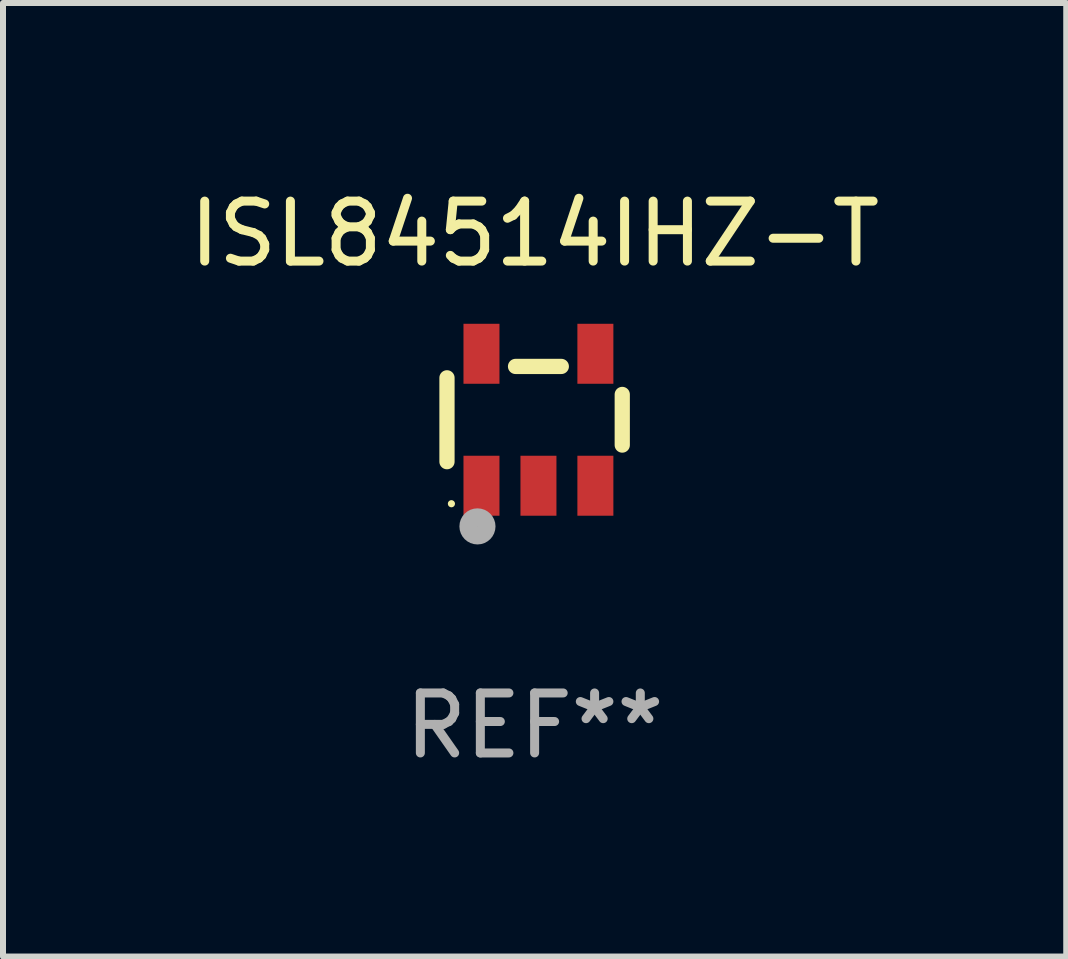
<source format=kicad_pcb>
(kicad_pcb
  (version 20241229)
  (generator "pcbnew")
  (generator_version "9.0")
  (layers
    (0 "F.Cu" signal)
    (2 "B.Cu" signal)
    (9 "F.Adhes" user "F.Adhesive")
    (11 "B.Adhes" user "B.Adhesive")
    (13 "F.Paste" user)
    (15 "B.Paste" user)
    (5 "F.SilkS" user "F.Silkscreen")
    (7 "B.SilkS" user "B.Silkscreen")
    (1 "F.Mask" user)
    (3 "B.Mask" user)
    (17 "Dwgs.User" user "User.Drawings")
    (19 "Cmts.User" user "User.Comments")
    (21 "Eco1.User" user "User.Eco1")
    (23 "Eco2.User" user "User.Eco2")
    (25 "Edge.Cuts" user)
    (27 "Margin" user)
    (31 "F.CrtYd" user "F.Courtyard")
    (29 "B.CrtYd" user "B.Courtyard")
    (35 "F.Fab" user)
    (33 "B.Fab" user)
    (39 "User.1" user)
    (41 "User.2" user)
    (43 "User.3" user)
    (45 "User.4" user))
  (footprint "ISL84514IHZ-T"
    (layer "F.Cu")
    (at 5.863 3.948)
    (property "Reference" "ISL84514IHZ-T" (at 0 -3.1 0) (layer "F.SilkS") (effects (font (size 1 1) (thickness 0.15))))
    (attr through_hole)
    (fp_line (start -1.461 -0.699) (end -1.461 0.699) (stroke (width 0.254) (type solid)) (layer "F.SilkS"))
    (fp_line (start -0.318 -0.889) (end 0.445 -0.889) (stroke (width 0.254) (type solid)) (layer "F.SilkS"))
    (fp_line (start 1.461 -0.422) (end 1.461 0.422) (stroke (width 0.254) (type solid)) (layer "F.SilkS"))
    (fp_circle (center -1.387 1.4) (end -1.357 1.4) (stroke (width 0.06) (type solid)) (fill no) (layer "F.SilkS"))
    (fp_circle (center -0.953 1.778) (end -0.802 1.778) (stroke (width 0.3) (type solid)) (fill no) (layer "F.Fab"))
    (fp_text user "REF**" (at 0 5.1 0) (layer "F.Fab") (effects (font (size 1 1) (thickness 0.15))))
    (pad "1" smd rect (at -0.886 1.1) (size 0.6 1) (layers "F.Cu" "F.Mask" "F.Paste"))
    (pad "2" smd rect (at 0.064 1.1) (size 0.6 1) (layers "F.Cu" "F.Mask" "F.Paste"))
    (pad "3" smd rect (at 1.013 1.1) (size 0.6 1) (layers "F.Cu" "F.Mask" "F.Paste"))
    (pad "4" smd rect (at 1.013 -1.1) (size 0.6 1) (layers "F.Cu" "F.Mask" "F.Paste"))
    (pad "5" smd rect (at -0.886 -1.1) (size 0.6 1) (layers "F.Cu" "F.Mask" "F.Paste")))
  (gr_rect
    (start -3 -3)
    (end 14.726 12.897)
    (stroke (width 0.1) (type default))
    (fill no)
    (layer "Edge.Cuts")))
</source>
